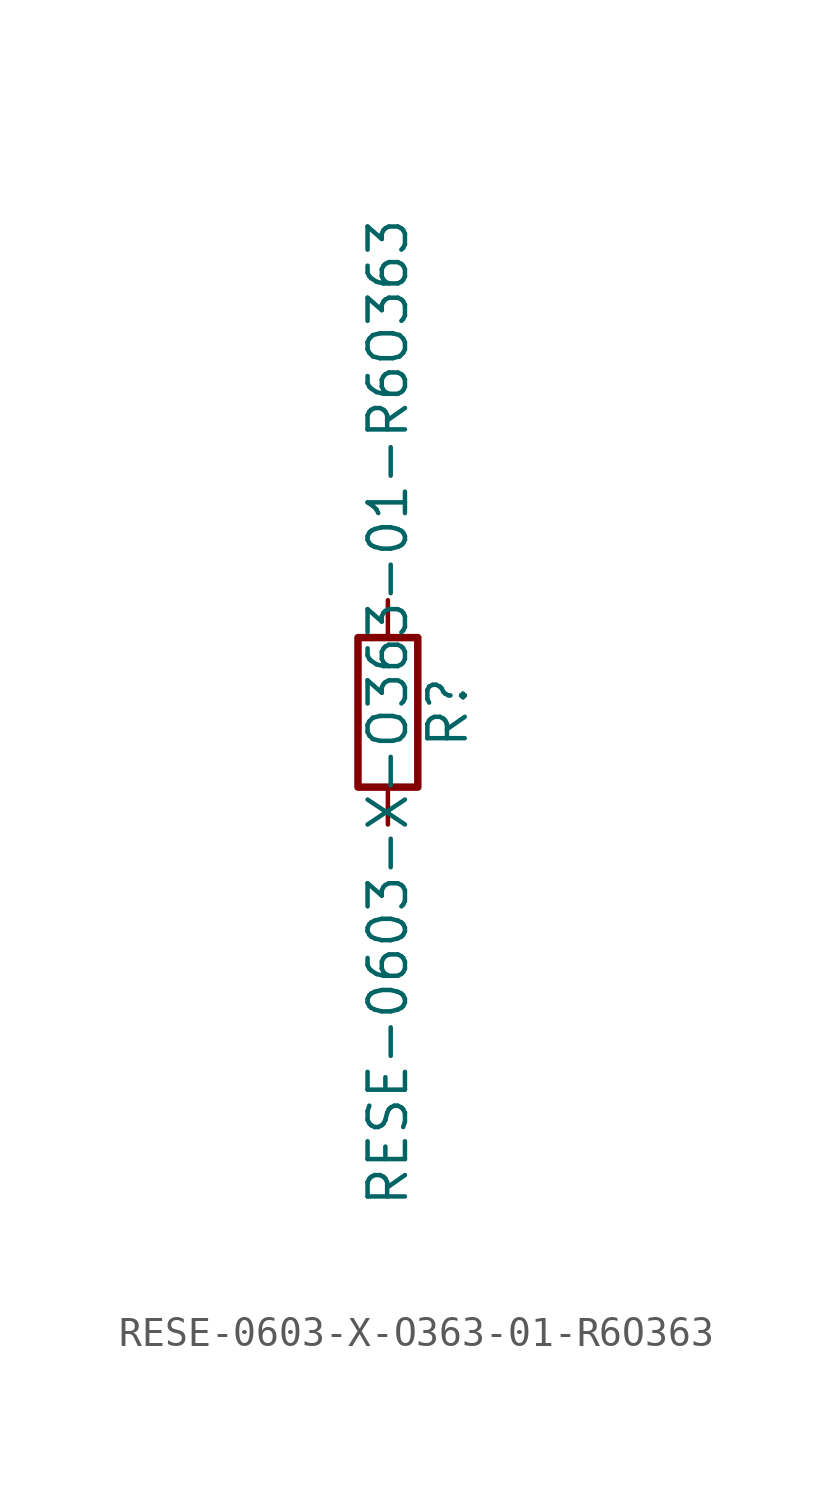
<source format=kicad_sym>
(kicad_symbol_lib
  (version 20211014)
  (generator kicad_symbol_editor)
  (symbol "RESE-0603-X-O363-01-R6O363"
    (pin_numbers hide)
    (pin_names
      (offset 0))
    (property "Reference" "R"
      (at 2.032 0 90)
      (effects (font (size 1.27 1.27))))
    (property "Value" "RESE-0603-X-O363-01-R6O363"
      (at 0 0 90)
      (effects (font (size 1.27 1.27))))
    (symbol "RESE-0603-X-O363-01-R6O363_0_1"
      (rectangle (start -1.016 -2.54) (end 1.016 2.54) (stroke (width 0.254) (type default) (color 0 0 0 0)) (fill (type none))))
    (symbol "RESE-0603-X-O363-01-R6O363_1_1"
      (pin passive line (at 0 3.81 270) (length 1.27) (name "~" (effects (font (size 1.27 1.27)))) (number "1" (effects (font (size 1.27 1.27)))))
      (pin passive line (at 0 -3.81 90) (length 1.27) (name "~" (effects (font (size 1.27 1.27)))) (number "2" (effects (font (size 1.27 1.27))))))))
</source>
